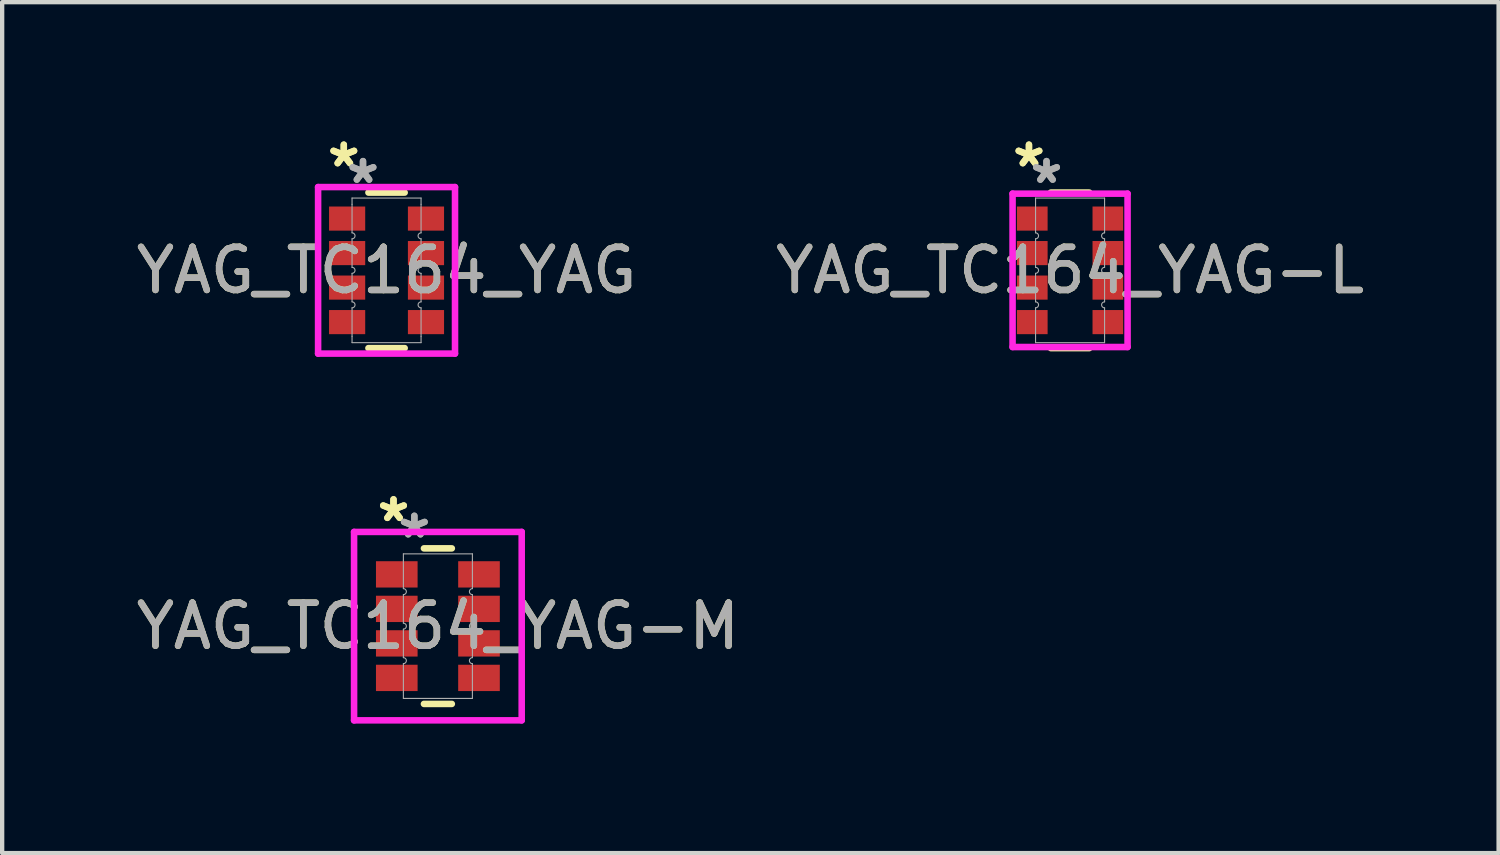
<source format=kicad_pcb>
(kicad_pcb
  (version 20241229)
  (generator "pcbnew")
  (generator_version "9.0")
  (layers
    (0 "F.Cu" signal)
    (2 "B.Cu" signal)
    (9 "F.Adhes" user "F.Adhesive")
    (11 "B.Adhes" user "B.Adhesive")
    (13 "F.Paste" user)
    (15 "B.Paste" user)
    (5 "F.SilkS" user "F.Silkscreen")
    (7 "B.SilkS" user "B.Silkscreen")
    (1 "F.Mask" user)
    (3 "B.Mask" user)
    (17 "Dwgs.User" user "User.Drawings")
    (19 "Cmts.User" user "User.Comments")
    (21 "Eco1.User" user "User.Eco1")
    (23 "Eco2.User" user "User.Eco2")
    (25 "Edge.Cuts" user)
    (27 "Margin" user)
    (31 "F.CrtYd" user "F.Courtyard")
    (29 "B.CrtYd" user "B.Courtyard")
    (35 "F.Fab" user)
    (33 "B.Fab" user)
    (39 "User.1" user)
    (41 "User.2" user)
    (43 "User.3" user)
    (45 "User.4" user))
  (footprint "YAG_TC164_YAG"
    (layer "F.Cu")
    (at 5.911 3.217)
    (property "Reference" "YAG_TC164_YAG" (at 0 0 0) (unlocked yes) (layer "F.SilkS") (effects (font (size 1 1) (thickness 0.15))))
    (attr smd)
    (fp_line (start -0.42 1.803) (end 0.42 1.803) (stroke (width 0.152) (type solid)) (layer "F.SilkS"))
    (fp_line (start 0.42 -1.803) (end -0.42 -1.803) (stroke (width 0.152) (type solid)) (layer "F.SilkS"))
    (fp_line (start -1.587 -1.93) (end 1.587 -1.93) (stroke (width 0.152) (type solid)) (layer "F.CrtYd"))
    (fp_line (start -1.587 1.93) (end -1.587 -1.93) (stroke (width 0.152) (type solid)) (layer "F.CrtYd"))
    (fp_line (start 1.587 -1.93) (end 1.587 1.93) (stroke (width 0.152) (type solid)) (layer "F.CrtYd"))
    (fp_line (start 1.587 1.93) (end -1.587 1.93) (stroke (width 0.152) (type solid)) (layer "F.CrtYd"))
    (fp_line (start -0.8 -1.676) (end -0.8 -1.53) (stroke (width 0.025) (type solid)) (layer "F.Fab"))
    (fp_line (start -0.8 -1.53) (end -0.8 -0.87) (stroke (width 0.025) (type solid)) (layer "F.Fab"))
    (fp_line (start -0.8 -0.73) (end -0.8 -0.07) (stroke (width 0.025) (type solid)) (layer "F.Fab"))
    (fp_line (start -0.8 0.07) (end -0.8 0.73) (stroke (width 0.025) (type solid)) (layer "F.Fab"))
    (fp_line (start -0.8 0.87) (end -0.8 1.53) (stroke (width 0.025) (type solid)) (layer "F.Fab"))
    (fp_line (start -0.8 1.53) (end -0.8 1.676) (stroke (width 0.025) (type solid)) (layer "F.Fab"))
    (fp_line (start -0.8 1.676) (end 0.8 1.676) (stroke (width 0.025) (type solid)) (layer "F.Fab"))
    (fp_line (start 0.8 -1.676) (end -0.8 -1.676) (stroke (width 0.025) (type solid)) (layer "F.Fab"))
    (fp_line (start 0.8 -1.676) (end 0.8 -1.53) (stroke (width 0.025) (type solid)) (layer "F.Fab"))
    (fp_line (start 0.8 -1.53) (end 0.8 -0.87) (stroke (width 0.025) (type solid)) (layer "F.Fab"))
    (fp_line (start 0.8 -0.73) (end 0.8 -0.07) (stroke (width 0.025) (type solid)) (layer "F.Fab"))
    (fp_line (start 0.8 0.07) (end 0.8 0.73) (stroke (width 0.025) (type solid)) (layer "F.Fab"))
    (fp_line (start 0.8 0.87) (end 0.8 1.53) (stroke (width 0.025) (type solid)) (layer "F.Fab"))
    (fp_line (start 0.8 1.53) (end 0.8 1.676) (stroke (width 0.025) (type solid)) (layer "F.Fab"))
    (fp_arc (start -0.8001 -0.8698) (mid -0.730301 -0.800001) (end -0.8001 -0.730202) (stroke (width 0.0254) (type solid)) (layer "F.Fab"))
    (fp_arc (start -0.8001 -0.069799) (mid -0.730301 0) (end -0.8001 0.069799) (stroke (width 0.0254) (type solid)) (layer "F.Fab"))
    (fp_arc (start -0.8001 0.730202) (mid -0.730301 0.800001) (end -0.8001 0.8698) (stroke (width 0.0254) (type solid)) (layer "F.Fab"))
    (fp_arc (start 0.8001 -0.730202) (mid 0.730301 -0.800001) (end 0.8001 -0.8698) (stroke (width 0.0254) (type solid)) (layer "F.Fab"))
    (fp_arc (start 0.8001 0.069799) (mid 0.730301 0) (end 0.8001 -0.069799) (stroke (width 0.0254) (type solid)) (layer "F.Fab"))
    (fp_arc (start 0.8001 0.8698) (mid 0.730301 0.800001) (end 0.8001 0.730202) (stroke (width 0.0254) (type solid)) (layer "F.Fab"))
    (fp_text user "*" (at -0.991 -2.368 0) (layer "F.SilkS") (effects (font (size 1 1) (thickness 0.15))))
    (fp_text user "*" (at -0.991 -2.368 0) (unlocked yes) (layer "F.SilkS") (effects (font (size 1 1) (thickness 0.15))))
    (fp_text user "${REFERENCE}" (at 0 0 0) (unlocked yes) (layer "F.Fab") (effects (font (size 1 1) (thickness 0.15))))
    (fp_text user "*" (at -0.546 -1.987 0) (layer "F.Fab") (effects (font (size 1 1) (thickness 0.15))))
    (fp_text user "*" (at -0.546 -1.987 0) (unlocked yes) (layer "F.Fab") (effects (font (size 1 1) (thickness 0.15))))
    (pad "1" smd rect (at -0.914 -1.2) (size 0.838 0.559) (layers "F.Cu" "F.Mask" "F.Paste"))
    (pad "2" smd rect (at -0.914 -0.4) (size 0.838 0.559) (layers "F.Cu" "F.Mask" "F.Paste"))
    (pad "3" smd rect (at -0.914 0.4) (size 0.838 0.559) (layers "F.Cu" "F.Mask" "F.Paste"))
    (pad "4" smd rect (at -0.914 1.2) (size 0.838 0.559) (layers "F.Cu" "F.Mask" "F.Paste"))
    (pad "5" smd rect (at 0.914 1.2) (size 0.838 0.559) (layers "F.Cu" "F.Mask" "F.Paste"))
    (pad "6" smd rect (at 0.914 0.4) (size 0.838 0.559) (layers "F.Cu" "F.Mask" "F.Paste"))
    (pad "7" smd rect (at 0.914 -0.4) (size 0.838 0.559) (layers "F.Cu" "F.Mask" "F.Paste"))
    (pad "8" smd rect (at 0.914 -1.2) (size 0.838 0.559) (layers "F.Cu" "F.Mask" "F.Paste")))
  (footprint "YAG_TC164_YAG-L"
    (layer "F.Cu")
    (at 21.756 3.217)
    (property "Reference" "YAG_TC164_YAG-L" (at 0 0 0) (unlocked yes) (layer "F.SilkS") (effects (font (size 1 1) (thickness 0.15))))
    (attr smd)
    (fp_line (start -0.445 1.803) (end 0.445 1.803) (stroke (width 0.152) (type solid)) (layer "F.SilkS"))
    (fp_line (start 0.445 -1.803) (end -0.445 -1.803) (stroke (width 0.152) (type solid)) (layer "F.SilkS"))
    (fp_line (start -1.333 -1.778) (end 1.333 -1.778) (stroke (width 0.152) (type solid)) (layer "F.CrtYd"))
    (fp_line (start -1.333 1.778) (end -1.333 -1.778) (stroke (width 0.152) (type solid)) (layer "F.CrtYd"))
    (fp_line (start 1.333 -1.778) (end 1.333 1.778) (stroke (width 0.152) (type solid)) (layer "F.CrtYd"))
    (fp_line (start 1.333 1.778) (end -1.333 1.778) (stroke (width 0.152) (type solid)) (layer "F.CrtYd"))
    (fp_line (start -0.8 -1.676) (end -0.8 -1.53) (stroke (width 0.025) (type solid)) (layer "F.Fab"))
    (fp_line (start -0.8 -1.53) (end -0.8 -0.87) (stroke (width 0.025) (type solid)) (layer "F.Fab"))
    (fp_line (start -0.8 -0.73) (end -0.8 -0.07) (stroke (width 0.025) (type solid)) (layer "F.Fab"))
    (fp_line (start -0.8 0.07) (end -0.8 0.73) (stroke (width 0.025) (type solid)) (layer "F.Fab"))
    (fp_line (start -0.8 0.87) (end -0.8 1.53) (stroke (width 0.025) (type solid)) (layer "F.Fab"))
    (fp_line (start -0.8 1.53) (end -0.8 1.676) (stroke (width 0.025) (type solid)) (layer "F.Fab"))
    (fp_line (start -0.8 1.676) (end 0.8 1.676) (stroke (width 0.025) (type solid)) (layer "F.Fab"))
    (fp_line (start 0.8 -1.676) (end -0.8 -1.676) (stroke (width 0.025) (type solid)) (layer "F.Fab"))
    (fp_line (start 0.8 -1.676) (end 0.8 -1.53) (stroke (width 0.025) (type solid)) (layer "F.Fab"))
    (fp_line (start 0.8 -1.53) (end 0.8 -0.87) (stroke (width 0.025) (type solid)) (layer "F.Fab"))
    (fp_line (start 0.8 -0.73) (end 0.8 -0.07) (stroke (width 0.025) (type solid)) (layer "F.Fab"))
    (fp_line (start 0.8 0.07) (end 0.8 0.73) (stroke (width 0.025) (type solid)) (layer "F.Fab"))
    (fp_line (start 0.8 0.87) (end 0.8 1.53) (stroke (width 0.025) (type solid)) (layer "F.Fab"))
    (fp_line (start 0.8 1.53) (end 0.8 1.676) (stroke (width 0.025) (type solid)) (layer "F.Fab"))
    (fp_arc (start -0.8001 -0.8698) (mid -0.730301 -0.800001) (end -0.8001 -0.730202) (stroke (width 0.0254) (type solid)) (layer "F.Fab"))
    (fp_arc (start -0.8001 -0.069799) (mid -0.730301 0) (end -0.8001 0.069799) (stroke (width 0.0254) (type solid)) (layer "F.Fab"))
    (fp_arc (start -0.8001 0.730202) (mid -0.730301 0.800001) (end -0.8001 0.8698) (stroke (width 0.0254) (type solid)) (layer "F.Fab"))
    (fp_arc (start 0.8001 -0.730202) (mid 0.730301 -0.800001) (end 0.8001 -0.8698) (stroke (width 0.0254) (type solid)) (layer "F.Fab"))
    (fp_arc (start 0.8001 0.069799) (mid 0.730301 0) (end 0.8001 -0.069799) (stroke (width 0.0254) (type solid)) (layer "F.Fab"))
    (fp_arc (start 0.8001 0.8698) (mid 0.730301 0.800001) (end 0.8001 0.730202) (stroke (width 0.0254) (type solid)) (layer "F.Fab"))
    (fp_text user "*" (at -0.953 -2.368 0) (unlocked yes) (layer "F.SilkS") (effects (font (size 1 1) (thickness 0.15))))
    (fp_text user "*" (at -0.953 -2.368 0) (layer "F.SilkS") (effects (font (size 1 1) (thickness 0.15))))
    (fp_text user "*" (at -0.546 -1.987 0) (unlocked yes) (layer "F.Fab") (effects (font (size 1 1) (thickness 0.15))))
    (fp_text user "${REFERENCE}" (at 0 0 0) (unlocked yes) (layer "F.Fab") (effects (font (size 1 1) (thickness 0.15))))
    (fp_text user "*" (at -0.546 -1.987 0) (layer "F.Fab") (effects (font (size 1 1) (thickness 0.15))))
    (pad "1" smd rect (at -0.876 -1.2) (size 0.711 0.559) (layers "F.Cu" "F.Mask" "F.Paste"))
    (pad "2" smd rect (at -0.876 -0.4) (size 0.711 0.559) (layers "F.Cu" "F.Mask" "F.Paste"))
    (pad "3" smd rect (at -0.876 0.4) (size 0.711 0.559) (layers "F.Cu" "F.Mask" "F.Paste"))
    (pad "4" smd rect (at -0.876 1.2) (size 0.711 0.559) (layers "F.Cu" "F.Mask" "F.Paste"))
    (pad "5" smd rect (at 0.876 1.2) (size 0.711 0.559) (layers "F.Cu" "F.Mask" "F.Paste"))
    (pad "6" smd rect (at 0.876 0.4) (size 0.711 0.559) (layers "F.Cu" "F.Mask" "F.Paste"))
    (pad "7" smd rect (at 0.876 -0.4) (size 0.711 0.559) (layers "F.Cu" "F.Mask" "F.Paste"))
    (pad "8" smd rect (at 0.876 -1.2) (size 0.711 0.559) (layers "F.Cu" "F.Mask" "F.Paste")))
  (footprint "YAG_TC164_YAG-M"
    (layer "F.Cu")
    (at 7.101 11.465)
    (property "Reference" "YAG_TC164_YAG-M" (at 0 0 0) (unlocked yes) (layer "F.SilkS") (effects (font (size 1 1) (thickness 0.15))))
    (attr smd)
    (fp_line (start -0.323 1.803) (end 0.323 1.803) (stroke (width 0.152) (type solid)) (layer "F.SilkS"))
    (fp_line (start 0.323 -1.803) (end -0.323 -1.803) (stroke (width 0.152) (type solid)) (layer "F.SilkS"))
    (fp_line (start -1.943 -2.184) (end 1.943 -2.184) (stroke (width 0.152) (type solid)) (layer "F.CrtYd"))
    (fp_line (start -1.943 2.184) (end -1.943 -2.184) (stroke (width 0.152) (type solid)) (layer "F.CrtYd"))
    (fp_line (start 1.943 -2.184) (end 1.943 2.184) (stroke (width 0.152) (type solid)) (layer "F.CrtYd"))
    (fp_line (start 1.943 2.184) (end -1.943 2.184) (stroke (width 0.152) (type solid)) (layer "F.CrtYd"))
    (fp_line (start -0.8 -1.676) (end -0.8 -1.53) (stroke (width 0.025) (type solid)) (layer "F.Fab"))
    (fp_line (start -0.8 -1.53) (end -0.8 -0.87) (stroke (width 0.025) (type solid)) (layer "F.Fab"))
    (fp_line (start -0.8 -0.73) (end -0.8 -0.07) (stroke (width 0.025) (type solid)) (layer "F.Fab"))
    (fp_line (start -0.8 0.07) (end -0.8 0.73) (stroke (width 0.025) (type solid)) (layer "F.Fab"))
    (fp_line (start -0.8 0.87) (end -0.8 1.53) (stroke (width 0.025) (type solid)) (layer "F.Fab"))
    (fp_line (start -0.8 1.53) (end -0.8 1.676) (stroke (width 0.025) (type solid)) (layer "F.Fab"))
    (fp_line (start -0.8 1.676) (end 0.8 1.676) (stroke (width 0.025) (type solid)) (layer "F.Fab"))
    (fp_line (start 0.8 -1.676) (end -0.8 -1.676) (stroke (width 0.025) (type solid)) (layer "F.Fab"))
    (fp_line (start 0.8 -1.676) (end 0.8 -1.53) (stroke (width 0.025) (type solid)) (layer "F.Fab"))
    (fp_line (start 0.8 -1.53) (end 0.8 -0.87) (stroke (width 0.025) (type solid)) (layer "F.Fab"))
    (fp_line (start 0.8 -0.73) (end 0.8 -0.07) (stroke (width 0.025) (type solid)) (layer "F.Fab"))
    (fp_line (start 0.8 0.07) (end 0.8 0.73) (stroke (width 0.025) (type solid)) (layer "F.Fab"))
    (fp_line (start 0.8 0.87) (end 0.8 1.53) (stroke (width 0.025) (type solid)) (layer "F.Fab"))
    (fp_line (start 0.8 1.53) (end 0.8 1.676) (stroke (width 0.025) (type solid)) (layer "F.Fab"))
    (fp_arc (start -0.8001 -0.8698) (mid -0.730301 -0.800001) (end -0.8001 -0.730202) (stroke (width 0.0254) (type solid)) (layer "F.Fab"))
    (fp_arc (start -0.8001 -0.069799) (mid -0.730301 0) (end -0.8001 0.069799) (stroke (width 0.0254) (type solid)) (layer "F.Fab"))
    (fp_arc (start -0.8001 0.730202) (mid -0.730301 0.800001) (end -0.8001 0.8698) (stroke (width 0.0254) (type solid)) (layer "F.Fab"))
    (fp_arc (start 0.8001 -0.730202) (mid 0.730301 -0.800001) (end 0.8001 -0.8698) (stroke (width 0.0254) (type solid)) (layer "F.Fab"))
    (fp_arc (start 0.8001 0.069799) (mid 0.730301 0) (end 0.8001 -0.069799) (stroke (width 0.0254) (type solid)) (layer "F.Fab"))
    (fp_arc (start 0.8001 0.8698) (mid 0.730301 0.800001) (end 0.8001 0.730202) (stroke (width 0.0254) (type solid)) (layer "F.Fab"))
    (fp_text user "*" (at -1.029 -2.394 0) (layer "F.SilkS") (effects (font (size 1 1) (thickness 0.15))))
    (fp_text user "*" (at -1.029 -2.394 0) (unlocked yes) (layer "F.SilkS") (effects (font (size 1 1) (thickness 0.15))))
    (fp_text user "${REFERENCE}" (at 0 0 0) (unlocked yes) (layer "F.Fab") (effects (font (size 1 1) (thickness 0.15))))
    (fp_text user "*" (at -0.546 -2.013 0) (unlocked yes) (layer "F.Fab") (effects (font (size 1 1) (thickness 0.15))))
    (fp_text user "*" (at -0.546 -2.013 0) (layer "F.Fab") (effects (font (size 1 1) (thickness 0.15))))
    (pad "1" smd rect (at -0.953 -1.2) (size 0.965 0.61) (layers "F.Cu" "F.Mask" "F.Paste"))
    (pad "2" smd rect (at -0.953 -0.4) (size 0.965 0.61) (layers "F.Cu" "F.Mask" "F.Paste"))
    (pad "3" smd rect (at -0.953 0.4) (size 0.965 0.61) (layers "F.Cu" "F.Mask" "F.Paste"))
    (pad "4" smd rect (at -0.953 1.2) (size 0.965 0.61) (layers "F.Cu" "F.Mask" "F.Paste"))
    (pad "5" smd rect (at 0.953 1.2) (size 0.965 0.61) (layers "F.Cu" "F.Mask" "F.Paste"))
    (pad "6" smd rect (at 0.953 0.4) (size 0.965 0.61) (layers "F.Cu" "F.Mask" "F.Paste"))
    (pad "7" smd rect (at 0.953 -0.4) (size 0.965 0.61) (layers "F.Cu" "F.Mask" "F.Paste"))
    (pad "8" smd rect (at 0.953 -1.2) (size 0.965 0.61) (layers "F.Cu" "F.Mask" "F.Paste")))
  (gr_rect
    (start -3 -3)
    (end 31.69 16.726)
    (stroke (width 0.1) (type default))
    (fill no)
    (layer "Edge.Cuts")))
</source>
